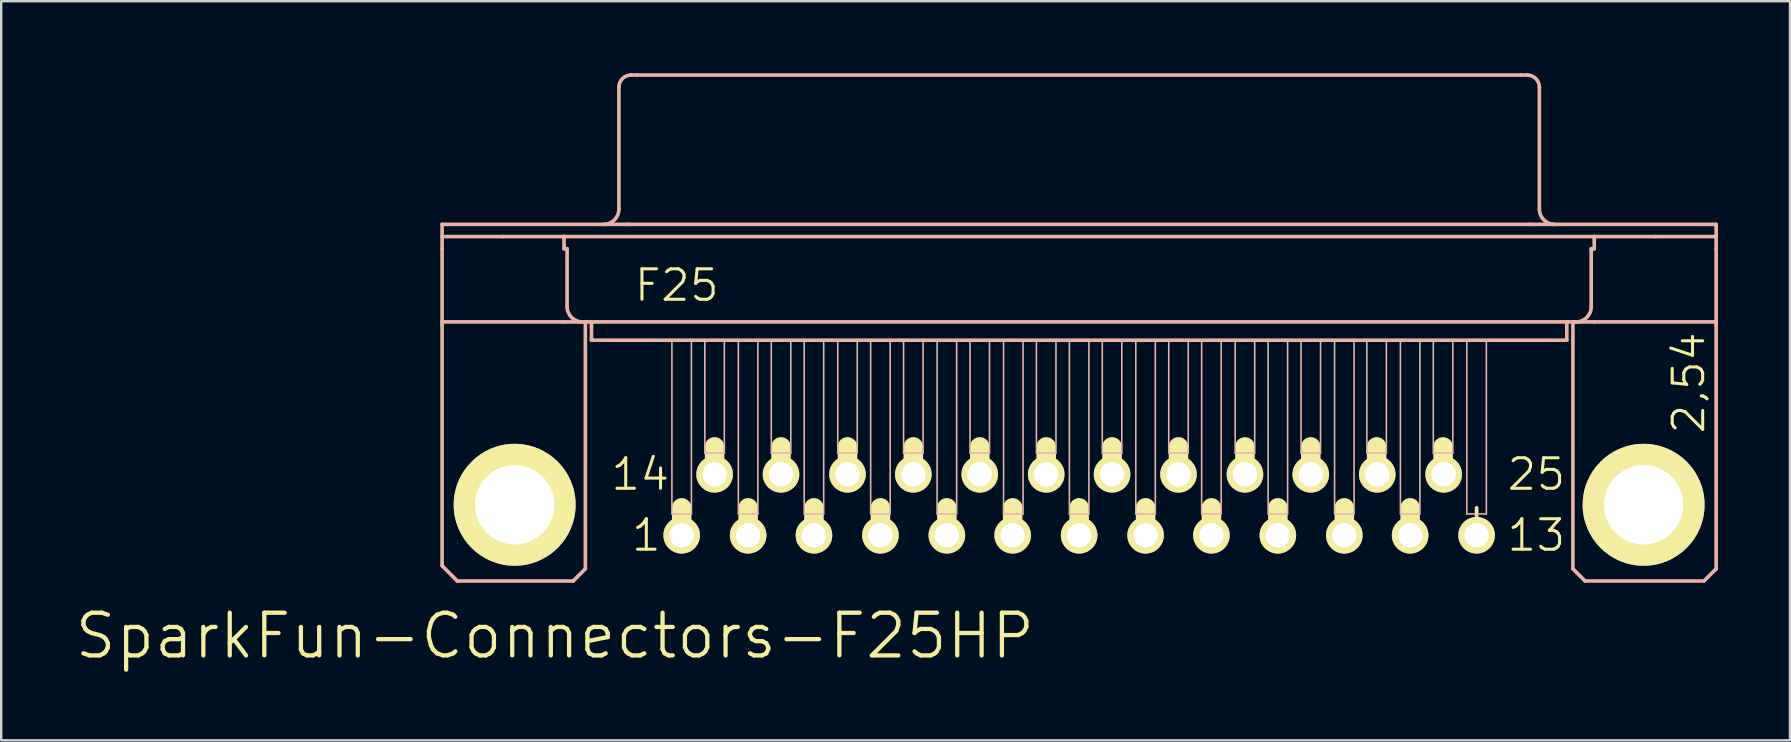
<source format=kicad_pcb>
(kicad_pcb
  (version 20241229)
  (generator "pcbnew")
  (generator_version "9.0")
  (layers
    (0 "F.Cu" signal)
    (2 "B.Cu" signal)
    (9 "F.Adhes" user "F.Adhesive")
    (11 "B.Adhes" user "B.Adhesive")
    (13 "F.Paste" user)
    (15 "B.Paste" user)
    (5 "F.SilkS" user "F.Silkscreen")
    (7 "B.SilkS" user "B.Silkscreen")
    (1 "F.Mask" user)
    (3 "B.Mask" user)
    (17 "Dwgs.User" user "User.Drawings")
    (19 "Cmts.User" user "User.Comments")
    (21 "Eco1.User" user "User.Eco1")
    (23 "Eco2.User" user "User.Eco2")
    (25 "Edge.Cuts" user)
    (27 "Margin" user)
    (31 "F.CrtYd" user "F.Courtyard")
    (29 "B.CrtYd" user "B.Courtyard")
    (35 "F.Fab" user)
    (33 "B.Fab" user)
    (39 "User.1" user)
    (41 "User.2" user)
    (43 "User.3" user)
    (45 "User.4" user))
  (footprint "SparkFun-Connectors-F25HP"
    (layer "F.Cu")
    (at 41.914 17.983)
    (property "Reference" "SparkFun-Connectors-F25HP" (at -21.844 5.461 0) (layer "F.SilkS") (effects (font (size 1.778 1.778) (thickness 0.178))))
    (attr exclude_from_pos_files exclude_from_bom)
    (fp_line (start -16.561 1.143) (end -16.561 0.127) (stroke (width 0.813) (type solid)) (layer "F.SilkS"))
    (fp_line (start -15.189 -1.397) (end -15.189 -2.413) (stroke (width 0.813) (type solid)) (layer "F.SilkS"))
    (fp_line (start -13.792 1.143) (end -13.792 0.127) (stroke (width 0.813) (type solid)) (layer "F.SilkS"))
    (fp_line (start -12.421 -1.397) (end -12.421 -2.413) (stroke (width 0.813) (type solid)) (layer "F.SilkS"))
    (fp_line (start -11.049 1.143) (end -11.049 0.127) (stroke (width 0.813) (type solid)) (layer "F.SilkS"))
    (fp_line (start -9.652 -1.397) (end -9.652 -2.413) (stroke (width 0.813) (type solid)) (layer "F.SilkS"))
    (fp_line (start -8.28 1.143) (end -8.28 0.127) (stroke (width 0.813) (type solid)) (layer "F.SilkS"))
    (fp_line (start -6.909 -1.397) (end -6.909 -2.413) (stroke (width 0.813) (type solid)) (layer "F.SilkS"))
    (fp_line (start -5.512 1.143) (end -5.512 0.127) (stroke (width 0.813) (type solid)) (layer "F.SilkS"))
    (fp_line (start -4.14 -1.397) (end -4.14 -2.413) (stroke (width 0.813) (type solid)) (layer "F.SilkS"))
    (fp_line (start -2.769 1.143) (end -2.769 0.127) (stroke (width 0.813) (type solid)) (layer "F.SilkS"))
    (fp_line (start -1.372 -1.397) (end -1.372 -2.413) (stroke (width 0.813) (type solid)) (layer "F.SilkS"))
    (fp_line (start 0 1.143) (end 0 0.127) (stroke (width 0.813) (type solid)) (layer "F.SilkS"))
    (fp_line (start 1.372 -1.397) (end 1.372 -2.413) (stroke (width 0.813) (type solid)) (layer "F.SilkS"))
    (fp_line (start 2.769 1.143) (end 2.769 0.127) (stroke (width 0.813) (type solid)) (layer "F.SilkS"))
    (fp_line (start 4.14 -1.397) (end 4.14 -2.413) (stroke (width 0.813) (type solid)) (layer "F.SilkS"))
    (fp_line (start 5.512 1.143) (end 5.512 0.127) (stroke (width 0.813) (type solid)) (layer "F.SilkS"))
    (fp_line (start 6.909 -1.397) (end 6.909 -2.413) (stroke (width 0.813) (type solid)) (layer "F.SilkS"))
    (fp_line (start 8.28 1.143) (end 8.28 0.127) (stroke (width 0.813) (type solid)) (layer "F.SilkS"))
    (fp_line (start 9.652 -1.397) (end 9.652 -2.413) (stroke (width 0.813) (type solid)) (layer "F.SilkS"))
    (fp_line (start 11.049 1.143) (end 11.049 0.127) (stroke (width 0.813) (type solid)) (layer "F.SilkS"))
    (fp_line (start 12.395 -1.397) (end 12.395 -2.413) (stroke (width 0.813) (type solid)) (layer "F.SilkS"))
    (fp_line (start 13.792 1.143) (end 13.792 0.127) (stroke (width 0.813) (type solid)) (layer "F.SilkS"))
    (fp_line (start 15.164 -1.397) (end 15.164 -2.413) (stroke (width 0.813) (type solid)) (layer "F.SilkS"))
    (fp_line (start 16.561 1.143) (end 16.561 0.127) (stroke (width 0.152) (type solid)) (layer "F.SilkS"))
    (fp_line (start -26.543 -11.684) (end -18.796 -11.684) (stroke (width 0.152) (type solid)) (layer "B.SilkS"))
    (fp_line (start -26.543 -11.684) (end 26.543 -11.684) (stroke (width 0.066) (type solid)) (layer "B.SilkS"))
    (fp_line (start -26.543 -11.176) (end -26.543 -11.684) (stroke (width 0.066) (type solid)) (layer "B.SilkS"))
    (fp_line (start -26.543 -11.176) (end -26.543 -11.684) (stroke (width 0.152) (type solid)) (layer "B.SilkS"))
    (fp_line (start -26.543 -11.176) (end -24.003 -11.176) (stroke (width 0.152) (type solid)) (layer "B.SilkS"))
    (fp_line (start -26.543 -11.176) (end 26.543 -11.176) (stroke (width 0.066) (type solid)) (layer "B.SilkS"))
    (fp_line (start -26.543 -10.668) (end -26.543 -11.176) (stroke (width 0.152) (type solid)) (layer "B.SilkS"))
    (fp_line (start -26.543 -7.62) (end -26.543 -10.668) (stroke (width 0.152) (type solid)) (layer "B.SilkS"))
    (fp_line (start -26.543 -7.62) (end -26.543 -7.493) (stroke (width 0.152) (type solid)) (layer "B.SilkS"))
    (fp_line (start -26.543 -7.62) (end -21.463 -7.62) (stroke (width 0.152) (type solid)) (layer "B.SilkS"))
    (fp_line (start -26.543 2.54) (end -26.543 -7.493) (stroke (width 0.152) (type solid)) (layer "B.SilkS"))
    (fp_line (start -25.908 3.175) (end -26.543 2.54) (stroke (width 0.152) (type solid)) (layer "B.SilkS"))
    (fp_line (start -24.003 -11.176) (end -21.463 -11.176) (stroke (width 0.152) (type solid)) (layer "B.SilkS"))
    (fp_line (start -21.463 -11.176) (end 21.463 -11.176) (stroke (width 0.152) (type solid)) (layer "B.SilkS"))
    (fp_line (start -21.463 -10.668) (end -21.463 -11.176) (stroke (width 0.152) (type solid)) (layer "B.SilkS"))
    (fp_line (start -21.463 -10.668) (end -21.336 -10.668) (stroke (width 0.152) (type solid)) (layer "B.SilkS"))
    (fp_line (start -21.463 -7.62) (end -20.574 -7.62) (stroke (width 0.152) (type solid)) (layer "B.SilkS"))
    (fp_line (start -21.336 -8.255) (end -21.336 -10.668) (stroke (width 0.152) (type solid)) (layer "B.SilkS"))
    (fp_line (start -21.082 3.175) (end -25.908 3.175) (stroke (width 0.152) (type solid)) (layer "B.SilkS"))
    (fp_line (start -21.082 3.175) (end -20.574 2.667) (stroke (width 0.152) (type solid)) (layer "B.SilkS"))
    (fp_line (start -20.574 -7.62) (end -20.32 -7.62) (stroke (width 0.152) (type solid)) (layer "B.SilkS"))
    (fp_line (start -20.574 2.667) (end -20.574 -7.62) (stroke (width 0.152) (type solid)) (layer "B.SilkS"))
    (fp_line (start -20.32 -7.62) (end -20.32 -6.858) (stroke (width 0.152) (type solid)) (layer "B.SilkS"))
    (fp_line (start -20.32 -7.62) (end 20.32 -7.62) (stroke (width 0.066) (type solid)) (layer "B.SilkS"))
    (fp_line (start -20.32 -7.62) (end 20.32 -7.62) (stroke (width 0.152) (type solid)) (layer "B.SilkS"))
    (fp_line (start -20.32 -6.858) (end -20.32 -7.62) (stroke (width 0.066) (type solid)) (layer "B.SilkS"))
    (fp_line (start -20.32 -6.858) (end 20.32 -6.858) (stroke (width 0.066) (type solid)) (layer "B.SilkS"))
    (fp_line (start -20.32 -6.858) (end 20.32 -6.858) (stroke (width 0.152) (type solid)) (layer "B.SilkS"))
    (fp_line (start -19.177 -12.319) (end -19.177 -17.399) (stroke (width 0.152) (type solid)) (layer "B.SilkS"))
    (fp_line (start -18.796 -11.684) (end 18.796 -11.684) (stroke (width 0.152) (type solid)) (layer "B.SilkS"))
    (fp_line (start -18.669 -17.907) (end -18.415 -17.907) (stroke (width 0.152) (type solid)) (layer "B.SilkS"))
    (fp_line (start -18.415 -17.907) (end 18.415 -17.907) (stroke (width 0.152) (type solid)) (layer "B.SilkS"))
    (fp_line (start -16.967 -6.858) (end -16.154 -6.858) (stroke (width 0.066) (type solid)) (layer "B.SilkS"))
    (fp_line (start -16.967 0.381) (end -16.967 -6.858) (stroke (width 0.066) (type solid)) (layer "B.SilkS"))
    (fp_line (start -16.967 0.381) (end -16.154 0.381) (stroke (width 0.066) (type solid)) (layer "B.SilkS"))
    (fp_line (start -16.154 0.381) (end -16.154 -6.858) (stroke (width 0.066) (type solid)) (layer "B.SilkS"))
    (fp_line (start -15.596 -6.858) (end -14.783 -6.858) (stroke (width 0.066) (type solid)) (layer "B.SilkS"))
    (fp_line (start -15.596 -2.159) (end -15.596 -6.858) (stroke (width 0.066) (type solid)) (layer "B.SilkS"))
    (fp_line (start -15.596 -2.159) (end -14.783 -2.159) (stroke (width 0.066) (type solid)) (layer "B.SilkS"))
    (fp_line (start -14.783 -2.159) (end -14.783 -6.858) (stroke (width 0.066) (type solid)) (layer "B.SilkS"))
    (fp_line (start -14.199 -6.858) (end -13.386 -6.858) (stroke (width 0.066) (type solid)) (layer "B.SilkS"))
    (fp_line (start -14.199 0.381) (end -14.199 -6.858) (stroke (width 0.066) (type solid)) (layer "B.SilkS"))
    (fp_line (start -14.199 0.381) (end -13.386 0.381) (stroke (width 0.066) (type solid)) (layer "B.SilkS"))
    (fp_line (start -13.386 0.381) (end -13.386 -6.858) (stroke (width 0.066) (type solid)) (layer "B.SilkS"))
    (fp_line (start -12.827 -6.858) (end -12.014 -6.858) (stroke (width 0.066) (type solid)) (layer "B.SilkS"))
    (fp_line (start -12.827 -2.159) (end -12.827 -6.858) (stroke (width 0.066) (type solid)) (layer "B.SilkS"))
    (fp_line (start -12.827 -2.159) (end -12.014 -2.159) (stroke (width 0.066) (type solid)) (layer "B.SilkS"))
    (fp_line (start -12.014 -2.159) (end -12.014 -6.858) (stroke (width 0.066) (type solid)) (layer "B.SilkS"))
    (fp_line (start -11.455 -6.858) (end -10.643 -6.858) (stroke (width 0.066) (type solid)) (layer "B.SilkS"))
    (fp_line (start -11.455 0.381) (end -11.455 -6.858) (stroke (width 0.066) (type solid)) (layer "B.SilkS"))
    (fp_line (start -11.455 0.381) (end -10.643 0.381) (stroke (width 0.066) (type solid)) (layer "B.SilkS"))
    (fp_line (start -10.643 0.381) (end -10.643 -6.858) (stroke (width 0.066) (type solid)) (layer "B.SilkS"))
    (fp_line (start -10.058 -6.858) (end -9.246 -6.858) (stroke (width 0.066) (type solid)) (layer "B.SilkS"))
    (fp_line (start -10.058 -2.159) (end -10.058 -6.858) (stroke (width 0.066) (type solid)) (layer "B.SilkS"))
    (fp_line (start -10.058 -2.159) (end -9.246 -2.159) (stroke (width 0.066) (type solid)) (layer "B.SilkS"))
    (fp_line (start -9.246 -2.159) (end -9.246 -6.858) (stroke (width 0.066) (type solid)) (layer "B.SilkS"))
    (fp_line (start -8.687 -6.858) (end -7.874 -6.858) (stroke (width 0.066) (type solid)) (layer "B.SilkS"))
    (fp_line (start -8.687 0.381) (end -8.687 -6.858) (stroke (width 0.066) (type solid)) (layer "B.SilkS"))
    (fp_line (start -8.687 0.381) (end -7.874 0.381) (stroke (width 0.066) (type solid)) (layer "B.SilkS"))
    (fp_line (start -7.874 0.381) (end -7.874 -6.858) (stroke (width 0.066) (type solid)) (layer "B.SilkS"))
    (fp_line (start -7.315 -6.858) (end -6.502 -6.858) (stroke (width 0.066) (type solid)) (layer "B.SilkS"))
    (fp_line (start -7.315 -2.159) (end -7.315 -6.858) (stroke (width 0.066) (type solid)) (layer "B.SilkS"))
    (fp_line (start -7.315 -2.159) (end -6.502 -2.159) (stroke (width 0.066) (type solid)) (layer "B.SilkS"))
    (fp_line (start -6.502 -2.159) (end -6.502 -6.858) (stroke (width 0.066) (type solid)) (layer "B.SilkS"))
    (fp_line (start -5.918 -6.858) (end -5.105 -6.858) (stroke (width 0.066) (type solid)) (layer "B.SilkS"))
    (fp_line (start -5.918 0.381) (end -5.918 -6.858) (stroke (width 0.066) (type solid)) (layer "B.SilkS"))
    (fp_line (start -5.918 0.381) (end -5.105 0.381) (stroke (width 0.066) (type solid)) (layer "B.SilkS"))
    (fp_line (start -5.105 0.381) (end -5.105 -6.858) (stroke (width 0.066) (type solid)) (layer "B.SilkS"))
    (fp_line (start -4.547 -6.858) (end -3.734 -6.858) (stroke (width 0.066) (type solid)) (layer "B.SilkS"))
    (fp_line (start -4.547 -2.159) (end -4.547 -6.858) (stroke (width 0.066) (type solid)) (layer "B.SilkS"))
    (fp_line (start -4.547 -2.159) (end -3.734 -2.159) (stroke (width 0.066) (type solid)) (layer "B.SilkS"))
    (fp_line (start -3.734 -2.159) (end -3.734 -6.858) (stroke (width 0.066) (type solid)) (layer "B.SilkS"))
    (fp_line (start -3.15 -6.858) (end -2.337 -6.858) (stroke (width 0.066) (type solid)) (layer "B.SilkS"))
    (fp_line (start -3.15 0.381) (end -3.15 -6.858) (stroke (width 0.066) (type solid)) (layer "B.SilkS"))
    (fp_line (start -3.15 0.381) (end -2.337 0.381) (stroke (width 0.066) (type solid)) (layer "B.SilkS"))
    (fp_line (start -2.337 0.381) (end -2.337 -6.858) (stroke (width 0.066) (type solid)) (layer "B.SilkS"))
    (fp_line (start -1.778 -6.858) (end -0.965 -6.858) (stroke (width 0.066) (type solid)) (layer "B.SilkS"))
    (fp_line (start -1.778 -2.159) (end -1.778 -6.858) (stroke (width 0.066) (type solid)) (layer "B.SilkS"))
    (fp_line (start -1.778 -2.159) (end -0.965 -2.159) (stroke (width 0.066) (type solid)) (layer "B.SilkS"))
    (fp_line (start -0.965 -2.159) (end -0.965 -6.858) (stroke (width 0.066) (type solid)) (layer "B.SilkS"))
    (fp_line (start -0.406 -6.858) (end 0.406 -6.858) (stroke (width 0.066) (type solid)) (layer "B.SilkS"))
    (fp_line (start -0.406 0.381) (end -0.406 -6.858) (stroke (width 0.066) (type solid)) (layer "B.SilkS"))
    (fp_line (start -0.406 0.381) (end 0.406 0.381) (stroke (width 0.066) (type solid)) (layer "B.SilkS"))
    (fp_line (start 0.406 0.381) (end 0.406 -6.858) (stroke (width 0.066) (type solid)) (layer "B.SilkS"))
    (fp_line (start 0.965 -6.858) (end 1.778 -6.858) (stroke (width 0.066) (type solid)) (layer "B.SilkS"))
    (fp_line (start 0.965 -2.159) (end 0.965 -6.858) (stroke (width 0.066) (type solid)) (layer "B.SilkS"))
    (fp_line (start 0.965 -2.159) (end 1.778 -2.159) (stroke (width 0.066) (type solid)) (layer "B.SilkS"))
    (fp_line (start 1.778 -2.159) (end 1.778 -6.858) (stroke (width 0.066) (type solid)) (layer "B.SilkS"))
    (fp_line (start 2.362 -6.858) (end 3.175 -6.858) (stroke (width 0.066) (type solid)) (layer "B.SilkS"))
    (fp_line (start 2.362 0.381) (end 2.362 -6.858) (stroke (width 0.066) (type solid)) (layer "B.SilkS"))
    (fp_line (start 2.362 0.381) (end 3.175 0.381) (stroke (width 0.066) (type solid)) (layer "B.SilkS"))
    (fp_line (start 3.175 0.381) (end 3.175 -6.858) (stroke (width 0.066) (type solid)) (layer "B.SilkS"))
    (fp_line (start 3.734 -6.858) (end 4.547 -6.858) (stroke (width 0.066) (type solid)) (layer "B.SilkS"))
    (fp_line (start 3.734 -2.159) (end 3.734 -6.858) (stroke (width 0.066) (type solid)) (layer "B.SilkS"))
    (fp_line (start 3.734 -2.159) (end 4.547 -2.159) (stroke (width 0.066) (type solid)) (layer "B.SilkS"))
    (fp_line (start 4.547 -2.159) (end 4.547 -6.858) (stroke (width 0.066) (type solid)) (layer "B.SilkS"))
    (fp_line (start 5.105 -6.858) (end 5.918 -6.858) (stroke (width 0.066) (type solid)) (layer "B.SilkS"))
    (fp_line (start 5.105 0.381) (end 5.105 -6.858) (stroke (width 0.066) (type solid)) (layer "B.SilkS"))
    (fp_line (start 5.105 0.381) (end 5.918 0.381) (stroke (width 0.066) (type solid)) (layer "B.SilkS"))
    (fp_line (start 5.918 0.381) (end 5.918 -6.858) (stroke (width 0.066) (type solid)) (layer "B.SilkS"))
    (fp_line (start 6.502 -6.858) (end 7.315 -6.858) (stroke (width 0.066) (type solid)) (layer "B.SilkS"))
    (fp_line (start 6.502 -2.159) (end 6.502 -6.858) (stroke (width 0.066) (type solid)) (layer "B.SilkS"))
    (fp_line (start 6.502 -2.159) (end 7.315 -2.159) (stroke (width 0.066) (type solid)) (layer "B.SilkS"))
    (fp_line (start 7.315 -2.159) (end 7.315 -6.858) (stroke (width 0.066) (type solid)) (layer "B.SilkS"))
    (fp_line (start 7.874 -6.858) (end 8.687 -6.858) (stroke (width 0.066) (type solid)) (layer "B.SilkS"))
    (fp_line (start 7.874 0.381) (end 7.874 -6.858) (stroke (width 0.066) (type solid)) (layer "B.SilkS"))
    (fp_line (start 7.874 0.381) (end 8.687 0.381) (stroke (width 0.066) (type solid)) (layer "B.SilkS"))
    (fp_line (start 8.687 0.381) (end 8.687 -6.858) (stroke (width 0.066) (type solid)) (layer "B.SilkS"))
    (fp_line (start 9.246 -6.858) (end 10.058 -6.858) (stroke (width 0.066) (type solid)) (layer "B.SilkS"))
    (fp_line (start 9.246 -2.159) (end 9.246 -6.858) (stroke (width 0.066) (type solid)) (layer "B.SilkS"))
    (fp_line (start 9.246 -2.159) (end 10.058 -2.159) (stroke (width 0.066) (type solid)) (layer "B.SilkS"))
    (fp_line (start 10.058 -2.159) (end 10.058 -6.858) (stroke (width 0.066) (type solid)) (layer "B.SilkS"))
    (fp_line (start 10.643 -6.858) (end 11.455 -6.858) (stroke (width 0.066) (type solid)) (layer "B.SilkS"))
    (fp_line (start 10.643 0.381) (end 10.643 -6.858) (stroke (width 0.066) (type solid)) (layer "B.SilkS"))
    (fp_line (start 10.643 0.381) (end 11.455 0.381) (stroke (width 0.066) (type solid)) (layer "B.SilkS"))
    (fp_line (start 11.455 0.381) (end 11.455 -6.858) (stroke (width 0.066) (type solid)) (layer "B.SilkS"))
    (fp_line (start 11.989 -6.858) (end 12.802 -6.858) (stroke (width 0.066) (type solid)) (layer "B.SilkS"))
    (fp_line (start 11.989 -2.159) (end 11.989 -6.858) (stroke (width 0.066) (type solid)) (layer "B.SilkS"))
    (fp_line (start 11.989 -2.159) (end 12.802 -2.159) (stroke (width 0.066) (type solid)) (layer "B.SilkS"))
    (fp_line (start 12.802 -2.159) (end 12.802 -6.858) (stroke (width 0.066) (type solid)) (layer "B.SilkS"))
    (fp_line (start 13.386 -6.858) (end 14.199 -6.858) (stroke (width 0.066) (type solid)) (layer "B.SilkS"))
    (fp_line (start 13.386 0.381) (end 13.386 -6.858) (stroke (width 0.066) (type solid)) (layer "B.SilkS"))
    (fp_line (start 13.386 0.381) (end 14.199 0.381) (stroke (width 0.066) (type solid)) (layer "B.SilkS"))
    (fp_line (start 14.199 0.381) (end 14.199 -6.858) (stroke (width 0.066) (type solid)) (layer "B.SilkS"))
    (fp_line (start 14.757 -6.858) (end 15.57 -6.858) (stroke (width 0.066) (type solid)) (layer "B.SilkS"))
    (fp_line (start 14.757 -2.159) (end 14.757 -6.858) (stroke (width 0.066) (type solid)) (layer "B.SilkS"))
    (fp_line (start 14.757 -2.159) (end 15.57 -2.159) (stroke (width 0.066) (type solid)) (layer "B.SilkS"))
    (fp_line (start 15.57 -2.159) (end 15.57 -6.858) (stroke (width 0.066) (type solid)) (layer "B.SilkS"))
    (fp_line (start 16.154 -6.858) (end 16.967 -6.858) (stroke (width 0.066) (type solid)) (layer "B.SilkS"))
    (fp_line (start 16.154 0.381) (end 16.154 -6.858) (stroke (width 0.066) (type solid)) (layer "B.SilkS"))
    (fp_line (start 16.154 0.381) (end 16.967 0.381) (stroke (width 0.066) (type solid)) (layer "B.SilkS"))
    (fp_line (start 16.967 0.381) (end 16.967 -6.858) (stroke (width 0.066) (type solid)) (layer "B.SilkS"))
    (fp_line (start 18.415 -17.907) (end 18.669 -17.907) (stroke (width 0.152) (type solid)) (layer "B.SilkS"))
    (fp_line (start 18.796 -11.684) (end 26.543 -11.684) (stroke (width 0.152) (type solid)) (layer "B.SilkS"))
    (fp_line (start 19.177 -12.319) (end 19.177 -17.399) (stroke (width 0.152) (type solid)) (layer "B.SilkS"))
    (fp_line (start 20.32 -7.62) (end 20.32 -6.858) (stroke (width 0.152) (type solid)) (layer "B.SilkS"))
    (fp_line (start 20.32 -7.62) (end 20.574 -7.62) (stroke (width 0.152) (type solid)) (layer "B.SilkS"))
    (fp_line (start 20.32 -6.858) (end 20.32 -7.62) (stroke (width 0.066) (type solid)) (layer "B.SilkS"))
    (fp_line (start 20.574 -7.62) (end 21.463 -7.62) (stroke (width 0.152) (type solid)) (layer "B.SilkS"))
    (fp_line (start 20.574 2.667) (end 20.574 -7.62) (stroke (width 0.152) (type solid)) (layer "B.SilkS"))
    (fp_line (start 20.574 2.667) (end 21.082 3.175) (stroke (width 0.152) (type solid)) (layer "B.SilkS"))
    (fp_line (start 21.082 3.175) (end 26.035 3.175) (stroke (width 0.152) (type solid)) (layer "B.SilkS"))
    (fp_line (start 21.336 -10.668) (end 21.463 -10.668) (stroke (width 0.152) (type solid)) (layer "B.SilkS"))
    (fp_line (start 21.336 -8.255) (end 21.336 -10.668) (stroke (width 0.152) (type solid)) (layer "B.SilkS"))
    (fp_line (start 21.463 -11.176) (end 24.003 -11.176) (stroke (width 0.152) (type solid)) (layer "B.SilkS"))
    (fp_line (start 21.463 -10.668) (end 21.463 -11.176) (stroke (width 0.152) (type solid)) (layer "B.SilkS"))
    (fp_line (start 21.463 -7.62) (end 26.543 -7.62) (stroke (width 0.152) (type solid)) (layer "B.SilkS"))
    (fp_line (start 24.003 -11.176) (end 26.543 -11.176) (stroke (width 0.152) (type solid)) (layer "B.SilkS"))
    (fp_line (start 26.035 3.175) (end 26.543 2.667) (stroke (width 0.152) (type solid)) (layer "B.SilkS"))
    (fp_line (start 26.543 -11.684) (end 26.543 -11.176) (stroke (width 0.152) (type solid)) (layer "B.SilkS"))
    (fp_line (start 26.543 -11.176) (end 26.543 -11.684) (stroke (width 0.066) (type solid)) (layer "B.SilkS"))
    (fp_line (start 26.543 -11.176) (end 26.543 -10.668) (stroke (width 0.152) (type solid)) (layer "B.SilkS"))
    (fp_line (start 26.543 -10.668) (end 26.543 -7.62) (stroke (width 0.152) (type solid)) (layer "B.SilkS"))
    (fp_line (start 26.543 -7.62) (end 26.543 -7.493) (stroke (width 0.152) (type solid)) (layer "B.SilkS"))
    (fp_line (start 26.543 2.667) (end 26.543 -7.493) (stroke (width 0.152) (type solid)) (layer "B.SilkS"))
    (fp_arc (start -20.69846 -7.62) (mid -21.147473 -7.805987) (end -21.33346 -8.255) (stroke (width 0.1524) (type solid)) (layer "B.SilkS"))
    (fp_arc (start -19.177 -17.399) (mid -19.02821 -17.75821) (end -18.669 -17.907) (stroke (width 0.1524) (type solid)) (layer "B.SilkS"))
    (fp_arc (start -19.177 -12.319) (mid -19.362987 -11.869987) (end -19.812 -11.684) (stroke (width 0.1524) (type solid)) (layer "B.SilkS"))
    (fp_arc (start 18.669 -17.907) (mid 19.02821 -17.75821) (end 19.177 -17.399) (stroke (width 0.1524) (type solid)) (layer "B.SilkS"))
    (fp_arc (start 19.812 -11.684) (mid 19.362987 -11.869987) (end 19.177 -12.319) (stroke (width 0.1524) (type solid)) (layer "B.SilkS"))
    (fp_arc (start 21.336 -8.255) (mid 21.149269 -7.804191) (end 20.69846 -7.61746) (stroke (width 0.1524) (type solid)) (layer "B.SilkS"))
    (fp_circle (center -23.52 0) (end -24.346 0.826) (stroke (width 0.076) (type solid)) (fill no) (layer "B.SilkS"))
    (fp_circle (center 23.52 0) (end 24.346 0.826) (stroke (width 0.076) (type solid)) (fill no) (layer "B.SilkS"))
    (fp_text user "2,54" (at 25.4 -5.08 90) (layer "F.SilkS") (effects (font (size 1.27 1.27) (thickness 0.127))))
    (fp_text user "F25" (at -16.764 -9.144 0) (layer "F.SilkS") (effects (font (size 1.27 1.27) (thickness 0.127))))
    (fp_text user "1" (at -18.034 1.27 0) (layer "F.SilkS") (effects (font (size 1.27 1.27) (thickness 0.127))))
    (fp_text user "14" (at -18.288 -1.27 0) (layer "F.SilkS") (effects (font (size 1.27 1.27) (thickness 0.127))))
    (fp_text user "25" (at 19.05 -1.27 0) (layer "F.SilkS") (effects (font (size 1.27 1.27) (thickness 0.127))))
    (fp_text user "13" (at 19.05 1.27 0) (layer "F.SilkS") (effects (font (size 1.27 1.27) (thickness 0.127))))
    (pad "1" thru_hole circle (at -16.561 1.27) (size 1.524 1.524) (drill 1.016) (layers "*.Cu" "F.Mask" "F.SilkS" "F.Paste"))
    (pad "2" thru_hole circle (at -13.792 1.27) (size 1.524 1.524) (drill 1.016) (layers "*.Cu" "F.Mask" "F.SilkS" "F.Paste"))
    (pad "3" thru_hole circle (at -11.049 1.27) (size 1.524 1.524) (drill 1.016) (layers "*.Cu" "F.Mask" "F.SilkS" "F.Paste"))
    (pad "4" thru_hole circle (at -8.28 1.27) (size 1.524 1.524) (drill 1.016) (layers "*.Cu" "F.Mask" "F.SilkS" "F.Paste"))
    (pad "5" thru_hole circle (at -5.512 1.27) (size 1.524 1.524) (drill 1.016) (layers "*.Cu" "F.Mask" "F.SilkS" "F.Paste"))
    (pad "6" thru_hole circle (at -2.769 1.27) (size 1.524 1.524) (drill 1.016) (layers "*.Cu" "F.Mask" "F.SilkS" "F.Paste"))
    (pad "7" thru_hole circle (at 0 1.27) (size 1.524 1.524) (drill 1.016) (layers "*.Cu" "F.Mask" "F.SilkS" "F.Paste"))
    (pad "8" thru_hole circle (at 2.769 1.27) (size 1.524 1.524) (drill 1.016) (layers "*.Cu" "F.Mask" "F.SilkS" "F.Paste"))
    (pad "9" thru_hole circle (at 5.512 1.27) (size 1.524 1.524) (drill 1.016) (layers "*.Cu" "F.Mask" "F.SilkS" "F.Paste"))
    (pad "10" thru_hole circle (at 8.28 1.27) (size 1.524 1.524) (drill 1.016) (layers "*.Cu" "F.Mask" "F.SilkS" "F.Paste"))
    (pad "11" thru_hole circle (at 11.049 1.27) (size 1.524 1.524) (drill 1.016) (layers "*.Cu" "F.Mask" "F.SilkS" "F.Paste"))
    (pad "12" thru_hole circle (at 13.792 1.27) (size 1.524 1.524) (drill 1.016) (layers "*.Cu" "F.Mask" "F.SilkS" "F.Paste"))
    (pad "13" thru_hole circle (at 16.561 1.27) (size 1.524 1.524) (drill 1.016) (layers "*.Cu" "F.Mask" "F.SilkS" "F.Paste"))
    (pad "14" thru_hole circle (at -15.189 -1.27) (size 1.524 1.524) (drill 1.016) (layers "*.Cu" "F.Mask" "F.SilkS" "F.Paste"))
    (pad "15" thru_hole circle (at -12.421 -1.27) (size 1.524 1.524) (drill 1.016) (layers "*.Cu" "F.Mask" "F.SilkS" "F.Paste"))
    (pad "16" thru_hole circle (at -9.652 -1.27) (size 1.524 1.524) (drill 1.016) (layers "*.Cu" "F.Mask" "F.SilkS" "F.Paste"))
    (pad "17" thru_hole circle (at -6.909 -1.27) (size 1.524 1.524) (drill 1.016) (layers "*.Cu" "F.Mask" "F.SilkS" "F.Paste"))
    (pad "18" thru_hole circle (at -4.14 -1.27) (size 1.524 1.524) (drill 1.016) (layers "*.Cu" "F.Mask" "F.SilkS" "F.Paste"))
    (pad "19" thru_hole circle (at -1.372 -1.27) (size 1.524 1.524) (drill 1.016) (layers "*.Cu" "F.Mask" "F.SilkS" "F.Paste"))
    (pad "20" thru_hole circle (at 1.372 -1.27) (size 1.524 1.524) (drill 1.016) (layers "*.Cu" "F.Mask" "F.SilkS" "F.Paste"))
    (pad "21" thru_hole circle (at 4.14 -1.27) (size 1.524 1.524) (drill 1.016) (layers "*.Cu" "F.Mask" "F.SilkS" "F.Paste"))
    (pad "22" thru_hole circle (at 6.909 -1.27) (size 1.524 1.524) (drill 1.016) (layers "*.Cu" "F.Mask" "F.SilkS" "F.Paste"))
    (pad "23" thru_hole circle (at 9.652 -1.27) (size 1.524 1.524) (drill 1.016) (layers "*.Cu" "F.Mask" "F.SilkS" "F.Paste"))
    (pad "24" thru_hole circle (at 12.421 -1.27) (size 1.524 1.524) (drill 1.016) (layers "*.Cu" "F.Mask" "F.SilkS" "F.Paste"))
    (pad "25" thru_hole circle (at 15.189 -1.27) (size 1.524 1.524) (drill 1.016) (layers "*.Cu" "F.Mask" "F.SilkS" "F.Paste"))
    (pad "G1" thru_hole circle (at -23.52 0) (size 5.08 5.08) (drill 3.302) (layers "*.Cu" "F.Mask" "F.SilkS" "F.Paste"))
    (pad "G2" thru_hole circle (at 23.52 0) (size 5.08 5.08) (drill 3.302) (layers "*.Cu" "F.Mask" "F.SilkS" "F.Paste")))
  (gr_rect
    (start -3 -3)
    (end 71.533 27.796)
    (stroke (width 0.1) (type default))
    (fill no)
    (layer "Edge.Cuts")))
</source>
